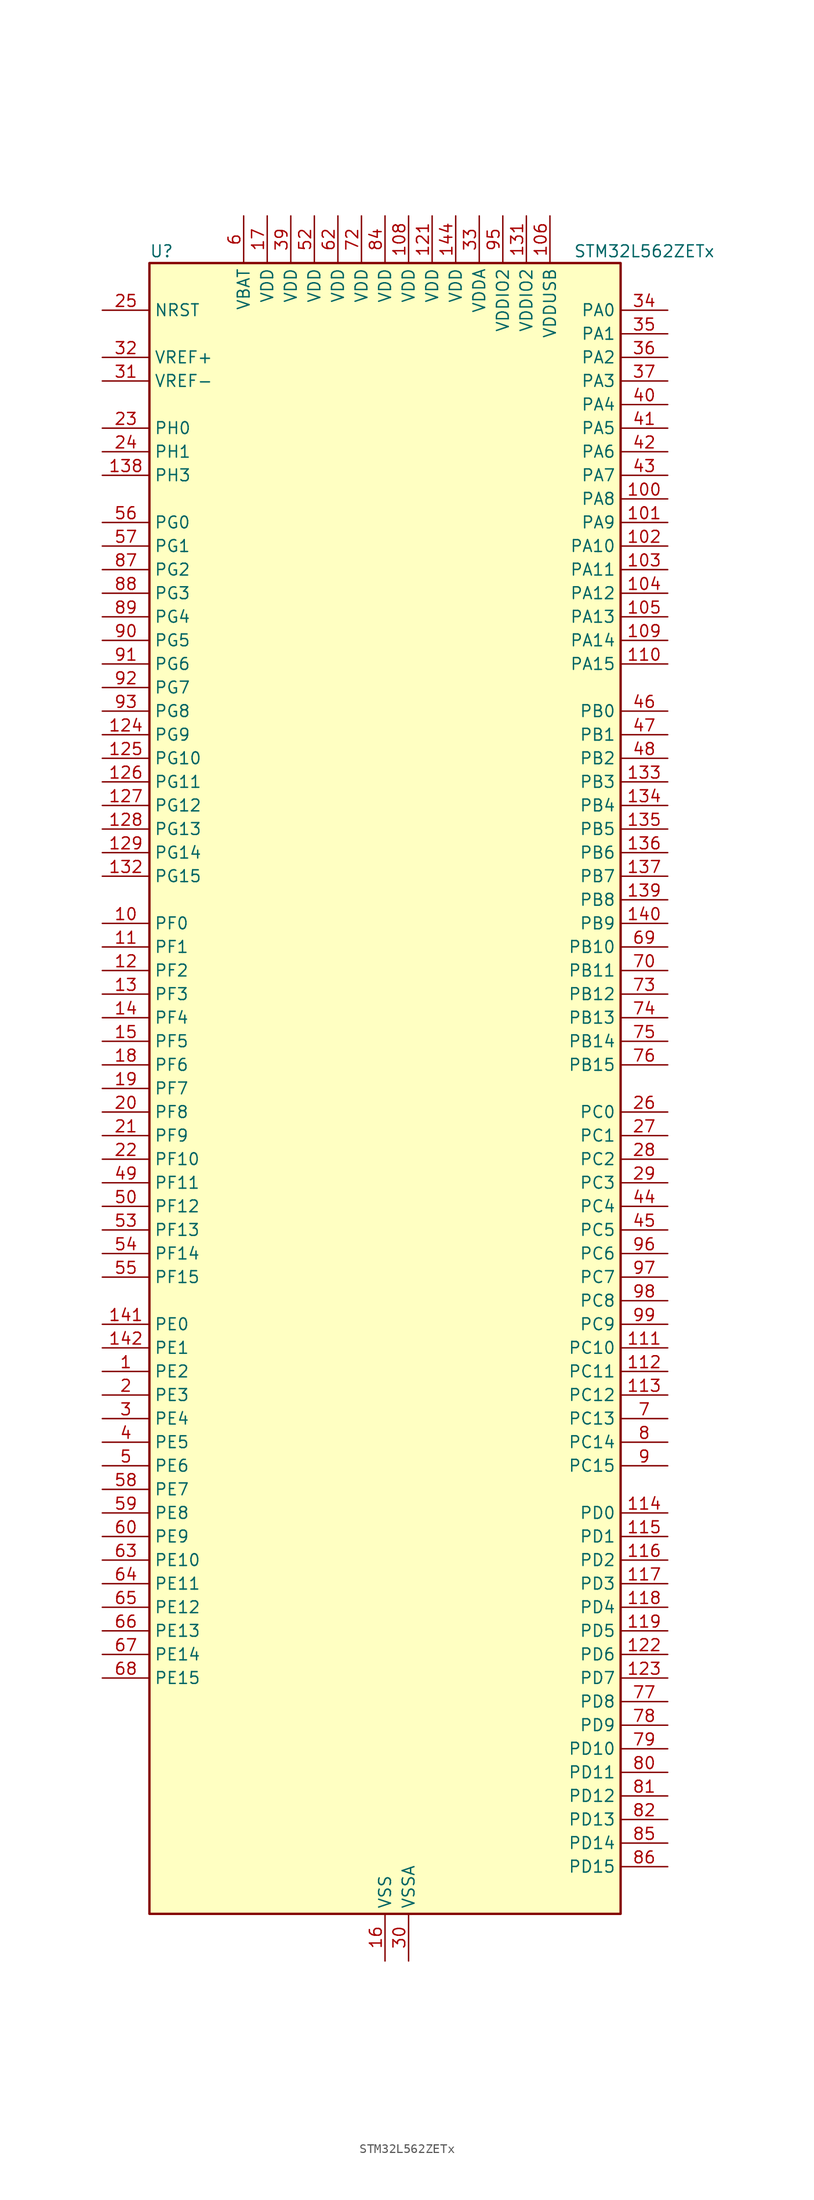
<source format=kicad_sym>
(kicad_symbol_lib
  (version 20241209)
  (generator "kicad_symbol_editor")
  (generator_version "9.0")
  (symbol "STM32L562ZETx"
    (property "Reference" "U"
      (at -25.4 90.17 0)
      (effects (font (size 1.27 1.27)) (justify left)))
    (property "Value" "STM32L562ZETx"
      (at 20.32 90.17 0)
      (effects (font (size 1.27 1.27)) (justify left)))
    (symbol "STM32L562ZETx_0_1"
      (rectangle (start -25.4 -88.9) (end 25.4 88.9) (stroke (width 0.254) (type default)) (fill (type background))))
    (symbol "STM32L562ZETx_1_1"
      (pin input line (at -30.48 83.82 0) (length 5.08) (name "NRST" (effects (font (size 1.27 1.27)))) (number "25" (effects (font (size 1.27 1.27)))))
      (pin input line (at -30.48 78.74 0) (length 5.08) (name "VREF+" (effects (font (size 1.27 1.27)))) (number "32" (effects (font (size 1.27 1.27)))) (alternate "VREFBUF_OUT" bidirectional line))
      (pin input line (at -30.48 76.2 0) (length 5.08) (name "VREF-" (effects (font (size 1.27 1.27)))) (number "31" (effects (font (size 1.27 1.27)))))
      (pin bidirectional line (at -30.48 71.12 0) (length 5.08) (name "PH0" (effects (font (size 1.27 1.27)))) (number "23" (effects (font (size 1.27 1.27)))) (alternate "RCC_OSC_IN" bidirectional line))
      (pin bidirectional line (at -30.48 68.58 0) (length 5.08) (name "PH1" (effects (font (size 1.27 1.27)))) (number "24" (effects (font (size 1.27 1.27)))) (alternate "RCC_OSC_OUT" bidirectional line))
      (pin bidirectional line (at -30.48 66.04 0) (length 5.08) (name "PH3" (effects (font (size 1.27 1.27)))) (number "138" (effects (font (size 1.27 1.27)))))
      (pin bidirectional line (at -30.48 60.96 0) (length 5.08) (name "PG0" (effects (font (size 1.27 1.27)))) (number "56" (effects (font (size 1.27 1.27)))) (alternate "FMC_A10" bidirectional line) (alternate "TSC_G8_IO3" bidirectional line))
      (pin bidirectional line (at -30.48 58.42 0) (length 5.08) (name "PG1" (effects (font (size 1.27 1.27)))) (number "57" (effects (font (size 1.27 1.27)))) (alternate "FMC_A11" bidirectional line) (alternate "TSC_G8_IO4" bidirectional line))
      (pin bidirectional line (at -30.48 55.88 0) (length 5.08) (name "PG2" (effects (font (size 1.27 1.27)))) (number "87" (effects (font (size 1.27 1.27)))) (alternate "FMC_A12" bidirectional line) (alternate "SAI2_SCK_B" bidirectional line) (alternate "SPI1_SCK" bidirectional line))
      (pin bidirectional line (at -30.48 53.34 0) (length 5.08) (name "PG3" (effects (font (size 1.27 1.27)))) (number "88" (effects (font (size 1.27 1.27)))) (alternate "FMC_A13" bidirectional line) (alternate "SAI2_FS_B" bidirectional line) (alternate "SPI1_MISO" bidirectional line))
      (pin bidirectional line (at -30.48 50.8 0) (length 5.08) (name "PG4" (effects (font (size 1.27 1.27)))) (number "89" (effects (font (size 1.27 1.27)))) (alternate "FMC_A14" bidirectional line) (alternate "SAI2_MCLK_B" bidirectional line) (alternate "SPI1_MOSI" bidirectional line))
      (pin bidirectional line (at -30.48 48.26 0) (length 5.08) (name "PG5" (effects (font (size 1.27 1.27)))) (number "90" (effects (font (size 1.27 1.27)))) (alternate "FMC_A15" bidirectional line) (alternate "LPUART1_CTS" bidirectional line) (alternate "SAI2_SD_B" bidirectional line) (alternate "SPI1_NSS" bidirectional line))
      (pin bidirectional line (at -30.48 45.72 0) (length 5.08) (name "PG6" (effects (font (size 1.27 1.27)))) (number "91" (effects (font (size 1.27 1.27)))) (alternate "I2C3_SMBA" bidirectional line) (alternate "LPUART1_DE" bidirectional line) (alternate "LPUART1_RTS" bidirectional line) (alternate "OCTOSPI1_DQS" bidirectional line) (alternate "UCPD1_FRSTX1" bidirectional line))
      (pin bidirectional line (at -30.48 43.18 0) (length 5.08) (name "PG7" (effects (font (size 1.27 1.27)))) (number "92" (effects (font (size 1.27 1.27)))) (alternate "DFSDM1_CKOUT" bidirectional line) (alternate "FMC_INT" bidirectional line) (alternate "I2C3_SCL" bidirectional line) (alternate "LPUART1_TX" bidirectional line) (alternate "SAI1_CK1" bidirectional line) (alternate "SAI1_MCLK_A" bidirectional line) (alternate "UCPD1_FRSTX2" bidirectional line))
      (pin bidirectional line (at -30.48 40.64 0) (length 5.08) (name "PG8" (effects (font (size 1.27 1.27)))) (number "93" (effects (font (size 1.27 1.27)))) (alternate "I2C3_SDA" bidirectional line) (alternate "LPUART1_RX" bidirectional line))
      (pin bidirectional line (at -30.48 38.1 0) (length 5.08) (name "PG9" (effects (font (size 1.27 1.27)))) (number "124" (effects (font (size 1.27 1.27)))) (alternate "DAC1_EXTI9" bidirectional line) (alternate "FMC_NCE" bidirectional line) (alternate "FMC_NE2" bidirectional line) (alternate "SAI2_SCK_A" bidirectional line) (alternate "SPI3_SCK" bidirectional line) (alternate "TIM15_CH1N" bidirectional line) (alternate "USART1_TX" bidirectional line))
      (pin bidirectional line (at -30.48 35.56 0) (length 5.08) (name "PG10" (effects (font (size 1.27 1.27)))) (number "125" (effects (font (size 1.27 1.27)))) (alternate "FMC_NE3" bidirectional line) (alternate "LPTIM1_IN1" bidirectional line) (alternate "SAI2_FS_A" bidirectional line) (alternate "SPI3_MISO" bidirectional line) (alternate "TIM15_CH1" bidirectional line) (alternate "USART1_RX" bidirectional line))
      (pin bidirectional line (at -30.48 33.02 0) (length 5.08) (name "PG11" (effects (font (size 1.27 1.27)))) (number "126" (effects (font (size 1.27 1.27)))) (alternate "ADC1_EXTI11" bidirectional line) (alternate "ADC2_EXTI11" bidirectional line) (alternate "LPTIM1_IN2" bidirectional line) (alternate "OCTOSPI1_IO5" bidirectional line) (alternate "SAI2_MCLK_A" bidirectional line) (alternate "SPI3_MOSI" bidirectional line) (alternate "TIM15_CH2" bidirectional line) (alternate "USART1_CTS" bidirectional line) (alternate "USART1_NSS" bidirectional line))
      (pin bidirectional line (at -30.48 30.48 0) (length 5.08) (name "PG12" (effects (font (size 1.27 1.27)))) (number "127" (effects (font (size 1.27 1.27)))) (alternate "FMC_NE4" bidirectional line) (alternate "LPTIM1_ETR" bidirectional line) (alternate "SAI2_SD_A" bidirectional line) (alternate "SPI3_NSS" bidirectional line) (alternate "USART1_DE" bidirectional line) (alternate "USART1_RTS" bidirectional line))
      (pin bidirectional line (at -30.48 27.94 0) (length 5.08) (name "PG13" (effects (font (size 1.27 1.27)))) (number "128" (effects (font (size 1.27 1.27)))) (alternate "FMC_A24" bidirectional line) (alternate "I2C1_SDA" bidirectional line) (alternate "USART1_CK" bidirectional line))
      (pin bidirectional line (at -30.48 25.4 0) (length 5.08) (name "PG14" (effects (font (size 1.27 1.27)))) (number "129" (effects (font (size 1.27 1.27)))) (alternate "FMC_A25" bidirectional line) (alternate "I2C1_SCL" bidirectional line))
      (pin bidirectional line (at -30.48 22.86 0) (length 5.08) (name "PG15" (effects (font (size 1.27 1.27)))) (number "132" (effects (font (size 1.27 1.27)))) (alternate "ADC1_EXTI15" bidirectional line) (alternate "ADC2_EXTI15" bidirectional line) (alternate "I2C1_SMBA" bidirectional line) (alternate "LPTIM1_OUT" bidirectional line))
      (pin bidirectional line (at -30.48 17.78 0) (length 5.08) (name "PF0" (effects (font (size 1.27 1.27)))) (number "10" (effects (font (size 1.27 1.27)))) (alternate "FMC_A0" bidirectional line) (alternate "I2C2_SDA" bidirectional line))
      (pin bidirectional line (at -30.48 15.24 0) (length 5.08) (name "PF1" (effects (font (size 1.27 1.27)))) (number "11" (effects (font (size 1.27 1.27)))) (alternate "FMC_A1" bidirectional line) (alternate "I2C2_SCL" bidirectional line))
      (pin bidirectional line (at -30.48 12.7 0) (length 5.08) (name "PF2" (effects (font (size 1.27 1.27)))) (number "12" (effects (font (size 1.27 1.27)))) (alternate "FMC_A2" bidirectional line) (alternate "I2C2_SMBA" bidirectional line))
      (pin bidirectional line (at -30.48 10.16 0) (length 5.08) (name "PF3" (effects (font (size 1.27 1.27)))) (number "13" (effects (font (size 1.27 1.27)))) (alternate "FMC_A3" bidirectional line) (alternate "LPTIM3_IN1" bidirectional line))
      (pin bidirectional line (at -30.48 7.62 0) (length 5.08) (name "PF4" (effects (font (size 1.27 1.27)))) (number "14" (effects (font (size 1.27 1.27)))) (alternate "FMC_A4" bidirectional line) (alternate "LPTIM3_ETR" bidirectional line))
      (pin bidirectional line (at -30.48 5.08 0) (length 5.08) (name "PF5" (effects (font (size 1.27 1.27)))) (number "15" (effects (font (size 1.27 1.27)))) (alternate "FMC_A5" bidirectional line) (alternate "LPTIM3_OUT" bidirectional line))
      (pin bidirectional line (at -30.48 2.54 0) (length 5.08) (name "PF6" (effects (font (size 1.27 1.27)))) (number "18" (effects (font (size 1.27 1.27)))) (alternate "OCTOSPI1_IO3" bidirectional line) (alternate "SAI1_SD_B" bidirectional line) (alternate "TIM5_CH1" bidirectional line) (alternate "TIM5_ETR" bidirectional line))
      (pin bidirectional line (at -30.48 0 0) (length 5.08) (name "PF7" (effects (font (size 1.27 1.27)))) (number "19" (effects (font (size 1.27 1.27)))) (alternate "OCTOSPI1_IO2" bidirectional line) (alternate "SAI1_MCLK_B" bidirectional line) (alternate "TAMP_IN6" bidirectional line) (alternate "TAMP_OUT3" bidirectional line) (alternate "TIM5_CH2" bidirectional line))
      (pin bidirectional line (at -30.48 -2.54 0) (length 5.08) (name "PF8" (effects (font (size 1.27 1.27)))) (number "20" (effects (font (size 1.27 1.27)))) (alternate "OCTOSPI1_IO0" bidirectional line) (alternate "SAI1_SCK_B" bidirectional line) (alternate "TAMP_IN7" bidirectional line) (alternate "TAMP_OUT8" bidirectional line) (alternate "TIM5_CH3" bidirectional line))
      (pin bidirectional line (at -30.48 -5.08 0) (length 5.08) (name "PF9" (effects (font (size 1.27 1.27)))) (number "21" (effects (font (size 1.27 1.27)))) (alternate "DAC1_EXTI9" bidirectional line) (alternate "OCTOSPI1_IO1" bidirectional line) (alternate "SAI1_FS_B" bidirectional line) (alternate "TAMP_IN8" bidirectional line) (alternate "TAMP_OUT7" bidirectional line) (alternate "TIM15_CH1" bidirectional line) (alternate "TIM5_CH4" bidirectional line))
      (pin bidirectional line (at -30.48 -7.62 0) (length 5.08) (name "PF10" (effects (font (size 1.27 1.27)))) (number "22" (effects (font (size 1.27 1.27)))) (alternate "DFSDM1_CKOUT" bidirectional line) (alternate "OCTOSPI1_CLK" bidirectional line) (alternate "SAI1_D3" bidirectional line) (alternate "TIM15_CH2" bidirectional line))
      (pin bidirectional line (at -30.48 -10.16 0) (length 5.08) (name "PF11" (effects (font (size 1.27 1.27)))) (number "49" (effects (font (size 1.27 1.27)))) (alternate "ADC1_EXTI11" bidirectional line) (alternate "ADC2_EXTI11" bidirectional line) (alternate "OCTOSPI1_NCLK" bidirectional line))
      (pin bidirectional line (at -30.48 -12.7 0) (length 5.08) (name "PF12" (effects (font (size 1.27 1.27)))) (number "50" (effects (font (size 1.27 1.27)))) (alternate "FMC_A6" bidirectional line))
      (pin bidirectional line (at -30.48 -15.24 0) (length 5.08) (name "PF13" (effects (font (size 1.27 1.27)))) (number "53" (effects (font (size 1.27 1.27)))) (alternate "FMC_A7" bidirectional line) (alternate "I2C4_SMBA" bidirectional line))
      (pin bidirectional line (at -30.48 -17.78 0) (length 5.08) (name "PF14" (effects (font (size 1.27 1.27)))) (number "54" (effects (font (size 1.27 1.27)))) (alternate "FMC_A8" bidirectional line) (alternate "I2C4_SCL" bidirectional line) (alternate "TSC_G8_IO1" bidirectional line))
      (pin bidirectional line (at -30.48 -20.32 0) (length 5.08) (name "PF15" (effects (font (size 1.27 1.27)))) (number "55" (effects (font (size 1.27 1.27)))) (alternate "ADC1_EXTI15" bidirectional line) (alternate "ADC2_EXTI15" bidirectional line) (alternate "FMC_A9" bidirectional line) (alternate "I2C4_SDA" bidirectional line) (alternate "TSC_G8_IO2" bidirectional line))
      (pin bidirectional line (at -30.48 -25.4 0) (length 5.08) (name "PE0" (effects (font (size 1.27 1.27)))) (number "141" (effects (font (size 1.27 1.27)))) (alternate "FMC_NBL0" bidirectional line) (alternate "TIM16_CH1" bidirectional line) (alternate "TIM4_ETR" bidirectional line))
      (pin bidirectional line (at -30.48 -27.94 0) (length 5.08) (name "PE1" (effects (font (size 1.27 1.27)))) (number "142" (effects (font (size 1.27 1.27)))) (alternate "FMC_NBL1" bidirectional line) (alternate "TIM17_CH1" bidirectional line))
      (pin bidirectional line (at -30.48 -30.48 0) (length 5.08) (name "PE2" (effects (font (size 1.27 1.27)))) (number "1" (effects (font (size 1.27 1.27)))) (alternate "DEBUG_TRACECLK" bidirectional line) (alternate "FMC_A23" bidirectional line) (alternate "SAI1_CK1" bidirectional line) (alternate "SAI1_MCLK_A" bidirectional line) (alternate "TIM3_ETR" bidirectional line) (alternate "TSC_G7_IO1" bidirectional line))
      (pin bidirectional line (at -30.48 -33.02 0) (length 5.08) (name "PE3" (effects (font (size 1.27 1.27)))) (number "2" (effects (font (size 1.27 1.27)))) (alternate "DEBUG_TRACED0" bidirectional line) (alternate "FMC_A19" bidirectional line) (alternate "OCTOSPI1_DQS" bidirectional line) (alternate "SAI1_SD_B" bidirectional line) (alternate "TIM3_CH1" bidirectional line) (alternate "TSC_G7_IO2" bidirectional line))
      (pin bidirectional line (at -30.48 -35.56 0) (length 5.08) (name "PE4" (effects (font (size 1.27 1.27)))) (number "3" (effects (font (size 1.27 1.27)))) (alternate "DEBUG_TRACED1" bidirectional line) (alternate "DFSDM1_DATIN3" bidirectional line) (alternate "FMC_A20" bidirectional line) (alternate "SAI1_D2" bidirectional line) (alternate "SAI1_FS_A" bidirectional line) (alternate "TIM3_CH2" bidirectional line) (alternate "TSC_G7_IO3" bidirectional line))
      (pin bidirectional line (at -30.48 -38.1 0) (length 5.08) (name "PE5" (effects (font (size 1.27 1.27)))) (number "4" (effects (font (size 1.27 1.27)))) (alternate "DEBUG_TRACED2" bidirectional line) (alternate "DFSDM1_CKIN3" bidirectional line) (alternate "FMC_A21" bidirectional line) (alternate "SAI1_CK2" bidirectional line) (alternate "SAI1_SCK_A" bidirectional line) (alternate "TIM3_CH3" bidirectional line) (alternate "TSC_G7_IO4" bidirectional line))
      (pin bidirectional line (at -30.48 -40.64 0) (length 5.08) (name "PE6" (effects (font (size 1.27 1.27)))) (number "5" (effects (font (size 1.27 1.27)))) (alternate "DEBUG_TRACED3" bidirectional line) (alternate "FMC_A22" bidirectional line) (alternate "PWR_WKUP3" bidirectional line) (alternate "SAI1_D1" bidirectional line) (alternate "SAI1_SD_A" bidirectional line) (alternate "TAMP_IN3" bidirectional line) (alternate "TAMP_OUT6" bidirectional line) (alternate "TIM3_CH4" bidirectional line))
      (pin bidirectional line (at -30.48 -43.18 0) (length 5.08) (name "PE7" (effects (font (size 1.27 1.27)))) (number "58" (effects (font (size 1.27 1.27)))) (alternate "DFSDM1_DATIN2" bidirectional line) (alternate "FMC_D4" bidirectional line) (alternate "FMC_DA4" bidirectional line) (alternate "SAI1_SD_B" bidirectional line) (alternate "TIM1_ETR" bidirectional line))
      (pin bidirectional line (at -30.48 -45.72 0) (length 5.08) (name "PE8" (effects (font (size 1.27 1.27)))) (number "59" (effects (font (size 1.27 1.27)))) (alternate "DFSDM1_CKIN2" bidirectional line) (alternate "FMC_D5" bidirectional line) (alternate "FMC_DA5" bidirectional line) (alternate "SAI1_SCK_B" bidirectional line) (alternate "TIM1_CH1N" bidirectional line))
      (pin bidirectional line (at -30.48 -48.26 0) (length 5.08) (name "PE9" (effects (font (size 1.27 1.27)))) (number "60" (effects (font (size 1.27 1.27)))) (alternate "DAC1_EXTI9" bidirectional line) (alternate "DFSDM1_CKOUT" bidirectional line) (alternate "FMC_D6" bidirectional line) (alternate "FMC_DA6" bidirectional line) (alternate "OCTOSPI1_NCLK" bidirectional line) (alternate "SAI1_FS_B" bidirectional line) (alternate "TIM1_CH1" bidirectional line))
      (pin bidirectional line (at -30.48 -50.8 0) (length 5.08) (name "PE10" (effects (font (size 1.27 1.27)))) (number "63" (effects (font (size 1.27 1.27)))) (alternate "FMC_D7" bidirectional line) (alternate "FMC_DA7" bidirectional line) (alternate "OCTOSPI1_CLK" bidirectional line) (alternate "SAI1_MCLK_B" bidirectional line) (alternate "TIM1_CH2N" bidirectional line) (alternate "TSC_G5_IO1" bidirectional line))
      (pin bidirectional line (at -30.48 -53.34 0) (length 5.08) (name "PE11" (effects (font (size 1.27 1.27)))) (number "64" (effects (font (size 1.27 1.27)))) (alternate "ADC1_EXTI11" bidirectional line) (alternate "ADC2_EXTI11" bidirectional line) (alternate "FMC_D8" bidirectional line) (alternate "FMC_DA8" bidirectional line) (alternate "OCTOSPI1_NCS" bidirectional line) (alternate "TIM1_CH2" bidirectional line) (alternate "TSC_G5_IO2" bidirectional line))
      (pin bidirectional line (at -30.48 -55.88 0) (length 5.08) (name "PE12" (effects (font (size 1.27 1.27)))) (number "65" (effects (font (size 1.27 1.27)))) (alternate "FMC_D9" bidirectional line) (alternate "FMC_DA9" bidirectional line) (alternate "OCTOSPI1_IO0" bidirectional line) (alternate "SPI1_NSS" bidirectional line) (alternate "TIM1_CH3N" bidirectional line) (alternate "TSC_G5_IO3" bidirectional line))
      (pin bidirectional line (at -30.48 -58.42 0) (length 5.08) (name "PE13" (effects (font (size 1.27 1.27)))) (number "66" (effects (font (size 1.27 1.27)))) (alternate "FMC_D10" bidirectional line) (alternate "FMC_DA10" bidirectional line) (alternate "OCTOSPI1_IO1" bidirectional line) (alternate "SPI1_SCK" bidirectional line) (alternate "TIM1_CH3" bidirectional line) (alternate "TSC_G5_IO4" bidirectional line))
      (pin bidirectional line (at -30.48 -60.96 0) (length 5.08) (name "PE14" (effects (font (size 1.27 1.27)))) (number "67" (effects (font (size 1.27 1.27)))) (alternate "FMC_D11" bidirectional line) (alternate "FMC_DA11" bidirectional line) (alternate "OCTOSPI1_IO2" bidirectional line) (alternate "SPI1_MISO" bidirectional line) (alternate "TIM1_BKIN2" bidirectional line) (alternate "TIM1_CH4" bidirectional line))
      (pin bidirectional line (at -30.48 -63.5 0) (length 5.08) (name "PE15" (effects (font (size 1.27 1.27)))) (number "68" (effects (font (size 1.27 1.27)))) (alternate "ADC1_EXTI15" bidirectional line) (alternate "ADC2_EXTI15" bidirectional line) (alternate "FMC_D12" bidirectional line) (alternate "FMC_DA12" bidirectional line) (alternate "OCTOSPI1_IO3" bidirectional line) (alternate "SPI1_MOSI" bidirectional line) (alternate "TIM1_BKIN" bidirectional line))
      (pin power_in line (at -15.24 93.98 270) (length 5.08) (name "VBAT" (effects (font (size 1.27 1.27)))) (number "6" (effects (font (size 1.27 1.27)))))
      (pin power_in line (at -12.7 93.98 270) (length 5.08) (name "VDD" (effects (font (size 1.27 1.27)))) (number "17" (effects (font (size 1.27 1.27)))))
      (pin power_in line (at -10.16 93.98 270) (length 5.08) (name "VDD" (effects (font (size 1.27 1.27)))) (number "39" (effects (font (size 1.27 1.27)))))
      (pin power_in line (at -7.62 93.98 270) (length 5.08) (name "VDD" (effects (font (size 1.27 1.27)))) (number "52" (effects (font (size 1.27 1.27)))))
      (pin power_in line (at -5.08 93.98 270) (length 5.08) (name "VDD" (effects (font (size 1.27 1.27)))) (number "62" (effects (font (size 1.27 1.27)))))
      (pin power_in line (at -2.54 93.98 270) (length 5.08) (name "VDD" (effects (font (size 1.27 1.27)))) (number "72" (effects (font (size 1.27 1.27)))))
      (pin power_in line (at 0 93.98 270) (length 5.08) (name "VDD" (effects (font (size 1.27 1.27)))) (number "84" (effects (font (size 1.27 1.27)))))
      (pin passive line (at 0 -93.98 90) (length 5.08) (hide yes) (name "VSS" (effects (font (size 1.27 1.27)))) (number "107" (effects (font (size 1.27 1.27)))))
      (pin passive line (at 0 -93.98 90) (length 5.08) (hide yes) (name "VSS" (effects (font (size 1.27 1.27)))) (number "120" (effects (font (size 1.27 1.27)))))
      (pin passive line (at 0 -93.98 90) (length 5.08) (hide yes) (name "VSS" (effects (font (size 1.27 1.27)))) (number "130" (effects (font (size 1.27 1.27)))))
      (pin passive line (at 0 -93.98 90) (length 5.08) (hide yes) (name "VSS" (effects (font (size 1.27 1.27)))) (number "143" (effects (font (size 1.27 1.27)))))
      (pin power_in line (at 0 -93.98 90) (length 5.08) (name "VSS" (effects (font (size 1.27 1.27)))) (number "16" (effects (font (size 1.27 1.27)))))
      (pin passive line (at 0 -93.98 90) (length 5.08) (hide yes) (name "VSS" (effects (font (size 1.27 1.27)))) (number "38" (effects (font (size 1.27 1.27)))))
      (pin passive line (at 0 -93.98 90) (length 5.08) (hide yes) (name "VSS" (effects (font (size 1.27 1.27)))) (number "51" (effects (font (size 1.27 1.27)))))
      (pin passive line (at 0 -93.98 90) (length 5.08) (hide yes) (name "VSS" (effects (font (size 1.27 1.27)))) (number "61" (effects (font (size 1.27 1.27)))))
      (pin passive line (at 0 -93.98 90) (length 5.08) (hide yes) (name "VSS" (effects (font (size 1.27 1.27)))) (number "71" (effects (font (size 1.27 1.27)))))
      (pin passive line (at 0 -93.98 90) (length 5.08) (hide yes) (name "VSS" (effects (font (size 1.27 1.27)))) (number "83" (effects (font (size 1.27 1.27)))))
      (pin passive line (at 0 -93.98 90) (length 5.08) (hide yes) (name "VSS" (effects (font (size 1.27 1.27)))) (number "94" (effects (font (size 1.27 1.27)))))
      (pin power_in line (at 2.54 93.98 270) (length 5.08) (name "VDD" (effects (font (size 1.27 1.27)))) (number "108" (effects (font (size 1.27 1.27)))))
      (pin power_in line (at 2.54 -93.98 90) (length 5.08) (name "VSSA" (effects (font (size 1.27 1.27)))) (number "30" (effects (font (size 1.27 1.27)))))
      (pin power_in line (at 5.08 93.98 270) (length 5.08) (name "VDD" (effects (font (size 1.27 1.27)))) (number "121" (effects (font (size 1.27 1.27)))))
      (pin power_in line (at 7.62 93.98 270) (length 5.08) (name "VDD" (effects (font (size 1.27 1.27)))) (number "144" (effects (font (size 1.27 1.27)))))
      (pin power_in line (at 10.16 93.98 270) (length 5.08) (name "VDDA" (effects (font (size 1.27 1.27)))) (number "33" (effects (font (size 1.27 1.27)))))
      (pin power_in line (at 12.7 93.98 270) (length 5.08) (name "VDDIO2" (effects (font (size 1.27 1.27)))) (number "95" (effects (font (size 1.27 1.27)))))
      (pin power_in line (at 15.24 93.98 270) (length 5.08) (name "VDDIO2" (effects (font (size 1.27 1.27)))) (number "131" (effects (font (size 1.27 1.27)))))
      (pin power_in line (at 17.78 93.98 270) (length 5.08) (name "VDDUSB" (effects (font (size 1.27 1.27)))) (number "106" (effects (font (size 1.27 1.27)))))
      (pin bidirectional line (at 30.48 83.82 180) (length 5.08) (name "PA0" (effects (font (size 1.27 1.27)))) (number "34" (effects (font (size 1.27 1.27)))) (alternate "ADC1_IN5" bidirectional line) (alternate "ADC2_IN5" bidirectional line) (alternate "OPAMP1_VINP" bidirectional line) (alternate "PWR_WKUP1" bidirectional line) (alternate "SAI1_EXTCLK" bidirectional line) (alternate "TAMP_IN2" bidirectional line) (alternate "TAMP_OUT1" bidirectional line) (alternate "TIM2_CH1" bidirectional line) (alternate "TIM2_ETR" bidirectional line) (alternate "TIM5_CH1" bidirectional line) (alternate "TIM8_ETR" bidirectional line) (alternate "UART4_TX" bidirectional line) (alternate "USART2_CTS" bidirectional line) (alternate "USART2_NSS" bidirectional line))
      (pin bidirectional line (at 30.48 81.28 180) (length 5.08) (name "PA1" (effects (font (size 1.27 1.27)))) (number "35" (effects (font (size 1.27 1.27)))) (alternate "ADC1_IN6" bidirectional line) (alternate "ADC2_IN6" bidirectional line) (alternate "I2C1_SMBA" bidirectional line) (alternate "OCTOSPI1_DQS" bidirectional line) (alternate "OPAMP1_VINM" bidirectional line) (alternate "SPI1_SCK" bidirectional line) (alternate "TAMP_IN5" bidirectional line) (alternate "TAMP_OUT4" bidirectional line) (alternate "TIM15_CH1N" bidirectional line) (alternate "TIM2_CH2" bidirectional line) (alternate "TIM5_CH2" bidirectional line) (alternate "UART4_RX" bidirectional line) (alternate "USART2_DE" bidirectional line) (alternate "USART2_RTS" bidirectional line))
      (pin bidirectional line (at 30.48 78.74 180) (length 5.08) (name "PA2" (effects (font (size 1.27 1.27)))) (number "36" (effects (font (size 1.27 1.27)))) (alternate "ADC1_IN7" bidirectional line) (alternate "ADC2_IN7" bidirectional line) (alternate "COMP1_INP" bidirectional line) (alternate "LPUART1_TX" bidirectional line) (alternate "OCTOSPI1_NCS" bidirectional line) (alternate "PWR_WKUP4" bidirectional line) (alternate "RCC_LSCO" bidirectional line) (alternate "SAI2_EXTCLK" bidirectional line) (alternate "TIM15_CH1" bidirectional line) (alternate "TIM2_CH3" bidirectional line) (alternate "TIM5_CH3" bidirectional line) (alternate "UCPD1_FRSTX1" bidirectional line) (alternate "USART2_TX" bidirectional line))
      (pin bidirectional line (at 30.48 76.2 180) (length 5.08) (name "PA3" (effects (font (size 1.27 1.27)))) (number "37" (effects (font (size 1.27 1.27)))) (alternate "ADC1_IN8" bidirectional line) (alternate "ADC2_IN8" bidirectional line) (alternate "LPUART1_RX" bidirectional line) (alternate "OCTOSPI1_CLK" bidirectional line) (alternate "OPAMP1_VOUT" bidirectional line) (alternate "SAI1_CK1" bidirectional line) (alternate "SAI1_MCLK_A" bidirectional line) (alternate "TIM15_CH2" bidirectional line) (alternate "TIM2_CH4" bidirectional line) (alternate "TIM5_CH4" bidirectional line) (alternate "USART2_RX" bidirectional line))
      (pin bidirectional line (at 30.48 73.66 180) (length 5.08) (name "PA4" (effects (font (size 1.27 1.27)))) (number "40" (effects (font (size 1.27 1.27)))) (alternate "ADC1_IN9" bidirectional line) (alternate "ADC2_IN9" bidirectional line) (alternate "DAC1_OUT1" bidirectional line) (alternate "LPTIM2_OUT" bidirectional line) (alternate "OCTOSPI1_NCS" bidirectional line) (alternate "SAI1_FS_B" bidirectional line) (alternate "SPI1_NSS" bidirectional line) (alternate "SPI3_NSS" bidirectional line) (alternate "USART2_CK" bidirectional line))
      (pin bidirectional line (at 30.48 71.12 180) (length 5.08) (name "PA5" (effects (font (size 1.27 1.27)))) (number "41" (effects (font (size 1.27 1.27)))) (alternate "ADC1_IN10" bidirectional line) (alternate "ADC2_IN10" bidirectional line) (alternate "DAC1_OUT2" bidirectional line) (alternate "LPTIM2_ETR" bidirectional line) (alternate "SPI1_SCK" bidirectional line) (alternate "TIM2_CH1" bidirectional line) (alternate "TIM2_ETR" bidirectional line) (alternate "TIM8_CH1N" bidirectional line))
      (pin bidirectional line (at 30.48 68.58 180) (length 5.08) (name "PA6" (effects (font (size 1.27 1.27)))) (number "42" (effects (font (size 1.27 1.27)))) (alternate "ADC1_IN11" bidirectional line) (alternate "ADC2_IN11" bidirectional line) (alternate "LPUART1_CTS" bidirectional line) (alternate "OCTOSPI1_IO3" bidirectional line) (alternate "OPAMP2_VINP" bidirectional line) (alternate "SPI1_MISO" bidirectional line) (alternate "TIM16_CH1" bidirectional line) (alternate "TIM1_BKIN" bidirectional line) (alternate "TIM3_CH1" bidirectional line) (alternate "TIM8_BKIN" bidirectional line) (alternate "USART3_CTS" bidirectional line) (alternate "USART3_NSS" bidirectional line))
      (pin bidirectional line (at 30.48 66.04 180) (length 5.08) (name "PA7" (effects (font (size 1.27 1.27)))) (number "43" (effects (font (size 1.27 1.27)))) (alternate "ADC1_IN12" bidirectional line) (alternate "ADC2_IN12" bidirectional line) (alternate "I2C3_SCL" bidirectional line) (alternate "OCTOSPI1_IO2" bidirectional line) (alternate "OPAMP2_VINM" bidirectional line) (alternate "SPI1_MOSI" bidirectional line) (alternate "TIM17_CH1" bidirectional line) (alternate "TIM1_CH1N" bidirectional line) (alternate "TIM3_CH2" bidirectional line) (alternate "TIM8_CH1N" bidirectional line))
      (pin bidirectional line (at 30.48 63.5 180) (length 5.08) (name "PA8" (effects (font (size 1.27 1.27)))) (number "100" (effects (font (size 1.27 1.27)))) (alternate "LPTIM2_OUT" bidirectional line) (alternate "RCC_MCO" bidirectional line) (alternate "SAI1_CK2" bidirectional line) (alternate "SAI1_SCK_A" bidirectional line) (alternate "TIM1_CH1" bidirectional line) (alternate "USART1_CK" bidirectional line))
      (pin bidirectional line (at 30.48 60.96 180) (length 5.08) (name "PA9" (effects (font (size 1.27 1.27)))) (number "101" (effects (font (size 1.27 1.27)))) (alternate "DAC1_EXTI9" bidirectional line) (alternate "SAI1_FS_A" bidirectional line) (alternate "SPI2_SCK" bidirectional line) (alternate "TIM15_BKIN" bidirectional line) (alternate "TIM1_CH2" bidirectional line) (alternate "USART1_TX" bidirectional line))
      (pin bidirectional line (at 30.48 58.42 180) (length 5.08) (name "PA10" (effects (font (size 1.27 1.27)))) (number "102" (effects (font (size 1.27 1.27)))) (alternate "CRS_SYNC" bidirectional line) (alternate "SAI1_D1" bidirectional line) (alternate "SAI1_SD_A" bidirectional line) (alternate "TIM17_BKIN" bidirectional line) (alternate "TIM1_CH3" bidirectional line) (alternate "USART1_RX" bidirectional line))
      (pin bidirectional line (at 30.48 55.88 180) (length 5.08) (name "PA11" (effects (font (size 1.27 1.27)))) (number "103" (effects (font (size 1.27 1.27)))) (alternate "ADC1_EXTI11" bidirectional line) (alternate "ADC2_EXTI11" bidirectional line) (alternate "FDCAN1_RX" bidirectional line) (alternate "SPI1_MISO" bidirectional line) (alternate "TIM1_BKIN2" bidirectional line) (alternate "TIM1_CH4" bidirectional line) (alternate "USART1_CTS" bidirectional line) (alternate "USART1_NSS" bidirectional line) (alternate "USB_DM" bidirectional line))
      (pin bidirectional line (at 30.48 53.34 180) (length 5.08) (name "PA12" (effects (font (size 1.27 1.27)))) (number "104" (effects (font (size 1.27 1.27)))) (alternate "FDCAN1_TX" bidirectional line) (alternate "SPI1_MOSI" bidirectional line) (alternate "TIM1_ETR" bidirectional line) (alternate "USART1_DE" bidirectional line) (alternate "USART1_RTS" bidirectional line) (alternate "USB_DP" bidirectional line))
      (pin bidirectional line (at 30.48 50.8 180) (length 5.08) (name "PA13" (effects (font (size 1.27 1.27)))) (number "105" (effects (font (size 1.27 1.27)))) (alternate "DEBUG_JTMS-SWDIO" bidirectional line) (alternate "IR_OUT" bidirectional line) (alternate "SAI1_SD_B" bidirectional line) (alternate "USB_NOE" bidirectional line))
      (pin bidirectional line (at 30.48 48.26 180) (length 5.08) (name "PA14" (effects (font (size 1.27 1.27)))) (number "109" (effects (font (size 1.27 1.27)))) (alternate "DEBUG_JTCK-SWCLK" bidirectional line) (alternate "I2C1_SMBA" bidirectional line) (alternate "I2C4_SMBA" bidirectional line) (alternate "LPTIM1_OUT" bidirectional line) (alternate "SAI1_FS_B" bidirectional line))
      (pin bidirectional line (at 30.48 45.72 180) (length 5.08) (name "PA15" (effects (font (size 1.27 1.27)))) (number "110" (effects (font (size 1.27 1.27)))) (alternate "ADC1_EXTI15" bidirectional line) (alternate "ADC2_EXTI15" bidirectional line) (alternate "DEBUG_JTDI" bidirectional line) (alternate "SAI2_FS_B" bidirectional line) (alternate "SPI1_NSS" bidirectional line) (alternate "SPI3_NSS" bidirectional line) (alternate "TIM2_CH1" bidirectional line) (alternate "TIM2_ETR" bidirectional line) (alternate "UART4_DE" bidirectional line) (alternate "UART4_RTS" bidirectional line) (alternate "UCPD1_CC1" bidirectional line) (alternate "USART2_RX" bidirectional line) (alternate "USART3_DE" bidirectional line) (alternate "USART3_RTS" bidirectional line))
      (pin bidirectional line (at 30.48 40.64 180) (length 5.08) (name "PB0" (effects (font (size 1.27 1.27)))) (number "46" (effects (font (size 1.27 1.27)))) (alternate "ADC1_IN15" bidirectional line) (alternate "ADC2_IN15" bidirectional line) (alternate "COMP1_OUT" bidirectional line) (alternate "OCTOSPI1_IO1" bidirectional line) (alternate "OPAMP2_VOUT" bidirectional line) (alternate "SAI1_EXTCLK" bidirectional line) (alternate "SPI1_NSS" bidirectional line) (alternate "TIM1_CH2N" bidirectional line) (alternate "TIM3_CH3" bidirectional line) (alternate "TIM8_CH2N" bidirectional line) (alternate "USART3_CK" bidirectional line))
      (pin bidirectional line (at 30.48 38.1 180) (length 5.08) (name "PB1" (effects (font (size 1.27 1.27)))) (number "47" (effects (font (size 1.27 1.27)))) (alternate "ADC1_IN16" bidirectional line) (alternate "ADC2_IN16" bidirectional line) (alternate "COMP1_INM" bidirectional line) (alternate "DFSDM1_DATIN0" bidirectional line) (alternate "LPTIM2_IN1" bidirectional line) (alternate "LPUART1_DE" bidirectional line) (alternate "LPUART1_RTS" bidirectional line) (alternate "OCTOSPI1_IO0" bidirectional line) (alternate "TIM1_CH3N" bidirectional line) (alternate "TIM3_CH4" bidirectional line) (alternate "TIM8_CH3N" bidirectional line) (alternate "USART3_DE" bidirectional line) (alternate "USART3_RTS" bidirectional line))
      (pin bidirectional line (at 30.48 35.56 180) (length 5.08) (name "PB2" (effects (font (size 1.27 1.27)))) (number "48" (effects (font (size 1.27 1.27)))) (alternate "COMP1_INP" bidirectional line) (alternate "DFSDM1_CKIN0" bidirectional line) (alternate "I2C3_SMBA" bidirectional line) (alternate "LPTIM1_OUT" bidirectional line) (alternate "OCTOSPI1_DQS" bidirectional line) (alternate "RTC_OUT2" bidirectional line) (alternate "UCPD1_FRSTX1" bidirectional line))
      (pin bidirectional line (at 30.48 33.02 180) (length 5.08) (name "PB3" (effects (font (size 1.27 1.27)))) (number "133" (effects (font (size 1.27 1.27)))) (alternate "COMP2_INM" bidirectional line) (alternate "CRS_SYNC" bidirectional line) (alternate "DEBUG_JTDO-SWO" bidirectional line) (alternate "SAI1_SCK_B" bidirectional line) (alternate "SPI1_SCK" bidirectional line) (alternate "SPI3_SCK" bidirectional line) (alternate "TIM2_CH2" bidirectional line) (alternate "USART1_DE" bidirectional line) (alternate "USART1_RTS" bidirectional line))
      (pin bidirectional line (at 30.48 30.48 180) (length 5.08) (name "PB4" (effects (font (size 1.27 1.27)))) (number "134" (effects (font (size 1.27 1.27)))) (alternate "COMP2_INP" bidirectional line) (alternate "DEBUG_JTRST" bidirectional line) (alternate "I2C3_SDA" bidirectional line) (alternate "SAI1_MCLK_B" bidirectional line) (alternate "SPI1_MISO" bidirectional line) (alternate "SPI3_MISO" bidirectional line) (alternate "TIM17_BKIN" bidirectional line) (alternate "TIM3_CH1" bidirectional line) (alternate "TSC_G2_IO1" bidirectional line) (alternate "UART5_DE" bidirectional line) (alternate "UART5_RTS" bidirectional line) (alternate "USART1_CTS" bidirectional line) (alternate "USART1_NSS" bidirectional line))
      (pin bidirectional line (at 30.48 27.94 180) (length 5.08) (name "PB5" (effects (font (size 1.27 1.27)))) (number "135" (effects (font (size 1.27 1.27)))) (alternate "COMP2_OUT" bidirectional line) (alternate "I2C1_SMBA" bidirectional line) (alternate "LPTIM1_IN1" bidirectional line) (alternate "OCTOSPI1_NCLK" bidirectional line) (alternate "SAI1_SD_B" bidirectional line) (alternate "SPI1_MOSI" bidirectional line) (alternate "SPI3_MOSI" bidirectional line) (alternate "TIM16_BKIN" bidirectional line) (alternate "TIM3_CH2" bidirectional line) (alternate "TSC_G2_IO2" bidirectional line) (alternate "UART5_CTS" bidirectional line) (alternate "UCPD1_DBCC1" bidirectional line) (alternate "USART1_CK" bidirectional line))
      (pin bidirectional line (at 30.48 25.4 180) (length 5.08) (name "PB6" (effects (font (size 1.27 1.27)))) (number "136" (effects (font (size 1.27 1.27)))) (alternate "COMP2_INP" bidirectional line) (alternate "I2C1_SCL" bidirectional line) (alternate "I2C4_SCL" bidirectional line) (alternate "LPTIM1_ETR" bidirectional line) (alternate "SAI1_FS_B" bidirectional line) (alternate "TIM16_CH1N" bidirectional line) (alternate "TIM4_CH1" bidirectional line) (alternate "TIM8_BKIN2" bidirectional line) (alternate "TSC_G2_IO3" bidirectional line) (alternate "USART1_TX" bidirectional line))
      (pin bidirectional line (at 30.48 22.86 180) (length 5.08) (name "PB7" (effects (font (size 1.27 1.27)))) (number "137" (effects (font (size 1.27 1.27)))) (alternate "COMP2_INM" bidirectional line) (alternate "FMC_NL" bidirectional line) (alternate "I2C1_SDA" bidirectional line) (alternate "I2C4_SDA" bidirectional line) (alternate "LPTIM1_IN2" bidirectional line) (alternate "PWR_PVD_IN" bidirectional line) (alternate "TIM17_CH1N" bidirectional line) (alternate "TIM4_CH2" bidirectional line) (alternate "TIM8_BKIN" bidirectional line) (alternate "TSC_G2_IO4" bidirectional line) (alternate "UART4_CTS" bidirectional line) (alternate "USART1_RX" bidirectional line))
      (pin bidirectional line (at 30.48 20.32 180) (length 5.08) (name "PB8" (effects (font (size 1.27 1.27)))) (number "139" (effects (font (size 1.27 1.27)))) (alternate "DFSDM1_CKOUT" bidirectional line) (alternate "FDCAN1_RX" bidirectional line) (alternate "I2C1_SCL" bidirectional line) (alternate "SAI1_CK1" bidirectional line) (alternate "SAI1_MCLK_A" bidirectional line) (alternate "SDMMC1_CKIN" bidirectional line) (alternate "SDMMC1_D4" bidirectional line) (alternate "TIM16_CH1" bidirectional line) (alternate "TIM4_CH3" bidirectional line))
      (pin bidirectional line (at 30.48 17.78 180) (length 5.08) (name "PB9" (effects (font (size 1.27 1.27)))) (number "140" (effects (font (size 1.27 1.27)))) (alternate "DAC1_EXTI9" bidirectional line) (alternate "FDCAN1_TX" bidirectional line) (alternate "I2C1_SDA" bidirectional line) (alternate "IR_OUT" bidirectional line) (alternate "SAI1_D2" bidirectional line) (alternate "SAI1_FS_A" bidirectional line) (alternate "SDMMC1_CDIR" bidirectional line) (alternate "SDMMC1_D5" bidirectional line) (alternate "SPI2_NSS" bidirectional line) (alternate "TIM17_CH1" bidirectional line) (alternate "TIM4_CH4" bidirectional line))
      (pin bidirectional line (at 30.48 15.24 180) (length 5.08) (name "PB10" (effects (font (size 1.27 1.27)))) (number "69" (effects (font (size 1.27 1.27)))) (alternate "COMP1_OUT" bidirectional line) (alternate "I2C2_SCL" bidirectional line) (alternate "I2C4_SCL" bidirectional line) (alternate "LPTIM3_OUT" bidirectional line) (alternate "LPUART1_RX" bidirectional line) (alternate "OCTOSPI1_CLK" bidirectional line) (alternate "SAI1_SCK_A" bidirectional line) (alternate "SPI2_SCK" bidirectional line) (alternate "TIM2_CH3" bidirectional line) (alternate "TSC_SYNC" bidirectional line) (alternate "USART3_TX" bidirectional line))
      (pin bidirectional line (at 30.48 12.7 180) (length 5.08) (name "PB11" (effects (font (size 1.27 1.27)))) (number "70" (effects (font (size 1.27 1.27)))) (alternate "ADC1_EXTI11" bidirectional line) (alternate "ADC2_EXTI11" bidirectional line) (alternate "COMP2_OUT" bidirectional line) (alternate "I2C2_SDA" bidirectional line) (alternate "I2C4_SDA" bidirectional line) (alternate "LPUART1_TX" bidirectional line) (alternate "OCTOSPI1_NCS" bidirectional line) (alternate "TIM2_CH4" bidirectional line) (alternate "USART3_RX" bidirectional line))
      (pin bidirectional line (at 30.48 10.16 180) (length 5.08) (name "PB12" (effects (font (size 1.27 1.27)))) (number "73" (effects (font (size 1.27 1.27)))) (alternate "DFSDM1_DATIN1" bidirectional line) (alternate "I2C2_SMBA" bidirectional line) (alternate "LPUART1_DE" bidirectional line) (alternate "LPUART1_RTS" bidirectional line) (alternate "OCTOSPI1_NCLK" bidirectional line) (alternate "SAI2_FS_A" bidirectional line) (alternate "SPI2_NSS" bidirectional line) (alternate "TIM15_BKIN" bidirectional line) (alternate "TIM1_BKIN" bidirectional line) (alternate "TSC_G1_IO1" bidirectional line) (alternate "USART3_CK" bidirectional line))
      (pin bidirectional line (at 30.48 7.62 180) (length 5.08) (name "PB13" (effects (font (size 1.27 1.27)))) (number "74" (effects (font (size 1.27 1.27)))) (alternate "DFSDM1_CKIN1" bidirectional line) (alternate "I2C2_SCL" bidirectional line) (alternate "LPTIM3_IN1" bidirectional line) (alternate "LPUART1_CTS" bidirectional line) (alternate "SAI2_SCK_A" bidirectional line) (alternate "SPI2_SCK" bidirectional line) (alternate "TIM15_CH1N" bidirectional line) (alternate "TIM1_CH1N" bidirectional line) (alternate "TSC_G1_IO2" bidirectional line) (alternate "UCPD1_FRSTX2" bidirectional line) (alternate "USART3_CTS" bidirectional line) (alternate "USART3_NSS" bidirectional line))
      (pin bidirectional line (at 30.48 5.08 180) (length 5.08) (name "PB14" (effects (font (size 1.27 1.27)))) (number "75" (effects (font (size 1.27 1.27)))) (alternate "DFSDM1_DATIN2" bidirectional line) (alternate "I2C2_SDA" bidirectional line) (alternate "LPTIM3_ETR" bidirectional line) (alternate "SAI2_MCLK_A" bidirectional line) (alternate "SPI2_MISO" bidirectional line) (alternate "TIM15_CH1" bidirectional line) (alternate "TIM1_CH2N" bidirectional line) (alternate "TIM8_CH2N" bidirectional line) (alternate "TSC_G1_IO3" bidirectional line) (alternate "UCPD1_DBCC2" bidirectional line) (alternate "USART3_DE" bidirectional line) (alternate "USART3_RTS" bidirectional line))
      (pin bidirectional line (at 30.48 2.54 180) (length 5.08) (name "PB15" (effects (font (size 1.27 1.27)))) (number "76" (effects (font (size 1.27 1.27)))) (alternate "ADC1_EXTI15" bidirectional line) (alternate "ADC2_EXTI15" bidirectional line) (alternate "DFSDM1_CKIN2" bidirectional line) (alternate "RTC_REFIN" bidirectional line) (alternate "SAI2_SD_A" bidirectional line) (alternate "SPI2_MOSI" bidirectional line) (alternate "TIM15_CH2" bidirectional line) (alternate "TIM1_CH3N" bidirectional line) (alternate "TIM8_CH3N" bidirectional line) (alternate "UCPD1_CC2" bidirectional line))
      (pin bidirectional line (at 30.48 -2.54 180) (length 5.08) (name "PC0" (effects (font (size 1.27 1.27)))) (number "26" (effects (font (size 1.27 1.27)))) (alternate "ADC1_IN1" bidirectional line) (alternate "ADC2_IN1" bidirectional line) (alternate "I2C3_SCL" bidirectional line) (alternate "LPTIM1_IN1" bidirectional line) (alternate "LPTIM2_IN1" bidirectional line) (alternate "LPUART1_RX" bidirectional line) (alternate "OCTOSPI1_IO7" bidirectional line) (alternate "SAI2_FS_A" bidirectional line) (alternate "SDMMC1_D5" bidirectional line))
      (pin bidirectional line (at 30.48 -5.08 180) (length 5.08) (name "PC1" (effects (font (size 1.27 1.27)))) (number "27" (effects (font (size 1.27 1.27)))) (alternate "ADC1_IN2" bidirectional line) (alternate "ADC2_IN2" bidirectional line) (alternate "DEBUG_TRACED0" bidirectional line) (alternate "I2C3_SDA" bidirectional line) (alternate "LPTIM1_OUT" bidirectional line) (alternate "LPUART1_TX" bidirectional line) (alternate "OCTOSPI1_IO4" bidirectional line) (alternate "SAI1_SD_A" bidirectional line) (alternate "SPI2_MOSI" bidirectional line))
      (pin bidirectional line (at 30.48 -7.62 180) (length 5.08) (name "PC2" (effects (font (size 1.27 1.27)))) (number "28" (effects (font (size 1.27 1.27)))) (alternate "ADC1_IN3" bidirectional line) (alternate "ADC2_IN3" bidirectional line) (alternate "DFSDM1_CKOUT" bidirectional line) (alternate "LPTIM1_IN2" bidirectional line) (alternate "OCTOSPI1_IO5" bidirectional line) (alternate "SPI2_MISO" bidirectional line))
      (pin bidirectional line (at 30.48 -10.16 180) (length 5.08) (name "PC3" (effects (font (size 1.27 1.27)))) (number "29" (effects (font (size 1.27 1.27)))) (alternate "ADC1_IN4" bidirectional line) (alternate "ADC2_IN4" bidirectional line) (alternate "LPTIM1_ETR" bidirectional line) (alternate "LPTIM2_ETR" bidirectional line) (alternate "LPTIM3_OUT" bidirectional line) (alternate "OCTOSPI1_IO6" bidirectional line) (alternate "SAI1_D1" bidirectional line) (alternate "SAI1_SD_A" bidirectional line) (alternate "SPI2_MOSI" bidirectional line))
      (pin bidirectional line (at 30.48 -12.7 180) (length 5.08) (name "PC4" (effects (font (size 1.27 1.27)))) (number "44" (effects (font (size 1.27 1.27)))) (alternate "ADC1_IN13" bidirectional line) (alternate "ADC2_IN13" bidirectional line) (alternate "COMP1_INM" bidirectional line) (alternate "OCTOSPI1_IO7" bidirectional line) (alternate "USART3_TX" bidirectional line))
      (pin bidirectional line (at 30.48 -15.24 180) (length 5.08) (name "PC5" (effects (font (size 1.27 1.27)))) (number "45" (effects (font (size 1.27 1.27)))) (alternate "ADC1_IN14" bidirectional line) (alternate "ADC2_IN14" bidirectional line) (alternate "COMP1_INP" bidirectional line) (alternate "PWR_WKUP5" bidirectional line) (alternate "SAI1_D3" bidirectional line) (alternate "TAMP_IN4" bidirectional line) (alternate "TAMP_OUT5" bidirectional line) (alternate "USART3_RX" bidirectional line))
      (pin bidirectional line (at 30.48 -17.78 180) (length 5.08) (name "PC6" (effects (font (size 1.27 1.27)))) (number "96" (effects (font (size 1.27 1.27)))) (alternate "DFSDM1_CKIN3" bidirectional line) (alternate "SAI2_MCLK_A" bidirectional line) (alternate "SDMMC1_D0DIR" bidirectional line) (alternate "SDMMC1_D6" bidirectional line) (alternate "TIM3_CH1" bidirectional line) (alternate "TIM8_CH1" bidirectional line) (alternate "TSC_G4_IO1" bidirectional line))
      (pin bidirectional line (at 30.48 -20.32 180) (length 5.08) (name "PC7" (effects (font (size 1.27 1.27)))) (number "97" (effects (font (size 1.27 1.27)))) (alternate "DFSDM1_DATIN3" bidirectional line) (alternate "SAI2_MCLK_B" bidirectional line) (alternate "SDMMC1_D123DIR" bidirectional line) (alternate "SDMMC1_D7" bidirectional line) (alternate "TIM3_CH2" bidirectional line) (alternate "TIM8_CH2" bidirectional line) (alternate "TSC_G4_IO2" bidirectional line))
      (pin bidirectional line (at 30.48 -22.86 180) (length 5.08) (name "PC8" (effects (font (size 1.27 1.27)))) (number "98" (effects (font (size 1.27 1.27)))) (alternate "SDMMC1_D0" bidirectional line) (alternate "TIM3_CH3" bidirectional line) (alternate "TIM8_CH3" bidirectional line) (alternate "TSC_G4_IO3" bidirectional line))
      (pin bidirectional line (at 30.48 -25.4 180) (length 5.08) (name "PC9" (effects (font (size 1.27 1.27)))) (number "99" (effects (font (size 1.27 1.27)))) (alternate "DAC1_EXTI9" bidirectional line) (alternate "DEBUG_TRACED0" bidirectional line) (alternate "SAI2_EXTCLK" bidirectional line) (alternate "SDMMC1_D1" bidirectional line) (alternate "TIM3_CH4" bidirectional line) (alternate "TIM8_BKIN2" bidirectional line) (alternate "TIM8_CH4" bidirectional line) (alternate "TSC_G4_IO4" bidirectional line) (alternate "USB_NOE" bidirectional line))
      (pin bidirectional line (at 30.48 -27.94 180) (length 5.08) (name "PC10" (effects (font (size 1.27 1.27)))) (number "111" (effects (font (size 1.27 1.27)))) (alternate "DEBUG_TRACED1" bidirectional line) (alternate "LPTIM3_ETR" bidirectional line) (alternate "SAI2_SCK_B" bidirectional line) (alternate "SDMMC1_D2" bidirectional line) (alternate "SPI3_SCK" bidirectional line) (alternate "TSC_G3_IO2" bidirectional line) (alternate "UART4_TX" bidirectional line) (alternate "USART3_TX" bidirectional line))
      (pin bidirectional line (at 30.48 -30.48 180) (length 5.08) (name "PC11" (effects (font (size 1.27 1.27)))) (number "112" (effects (font (size 1.27 1.27)))) (alternate "ADC1_EXTI11" bidirectional line) (alternate "ADC2_EXTI11" bidirectional line) (alternate "LPTIM3_IN1" bidirectional line) (alternate "OCTOSPI1_NCS" bidirectional line) (alternate "SAI2_MCLK_B" bidirectional line) (alternate "SDMMC1_D3" bidirectional line) (alternate "SPI3_MISO" bidirectional line) (alternate "TSC_G3_IO3" bidirectional line) (alternate "UART4_RX" bidirectional line) (alternate "UCPD1_FRSTX2" bidirectional line) (alternate "USART3_RX" bidirectional line))
      (pin bidirectional line (at 30.48 -33.02 180) (length 5.08) (name "PC12" (effects (font (size 1.27 1.27)))) (number "113" (effects (font (size 1.27 1.27)))) (alternate "DEBUG_TRACED3" bidirectional line) (alternate "SAI2_SD_B" bidirectional line) (alternate "SDMMC1_CK" bidirectional line) (alternate "SPI3_MOSI" bidirectional line) (alternate "TSC_G3_IO4" bidirectional line) (alternate "UART5_TX" bidirectional line) (alternate "USART3_CK" bidirectional line))
      (pin bidirectional line (at 30.48 -35.56 180) (length 5.08) (name "PC13" (effects (font (size 1.27 1.27)))) (number "7" (effects (font (size 1.27 1.27)))) (alternate "PWR_WKUP2" bidirectional line) (alternate "RTC_OUT1" bidirectional line) (alternate "RTC_TS" bidirectional line) (alternate "TAMP_IN1" bidirectional line) (alternate "TAMP_OUT2" bidirectional line))
      (pin bidirectional line (at 30.48 -38.1 180) (length 5.08) (name "PC14" (effects (font (size 1.27 1.27)))) (number "8" (effects (font (size 1.27 1.27)))) (alternate "RCC_OSC32_IN" bidirectional line))
      (pin bidirectional line (at 30.48 -40.64 180) (length 5.08) (name "PC15" (effects (font (size 1.27 1.27)))) (number "9" (effects (font (size 1.27 1.27)))) (alternate "ADC1_EXTI15" bidirectional line) (alternate "ADC2_EXTI15" bidirectional line) (alternate "RCC_OSC32_OUT" bidirectional line))
      (pin bidirectional line (at 30.48 -45.72 180) (length 5.08) (name "PD0" (effects (font (size 1.27 1.27)))) (number "114" (effects (font (size 1.27 1.27)))) (alternate "FDCAN1_RX" bidirectional line) (alternate "FMC_D2" bidirectional line) (alternate "FMC_DA2" bidirectional line) (alternate "SPI2_NSS" bidirectional line))
      (pin bidirectional line (at 30.48 -48.26 180) (length 5.08) (name "PD1" (effects (font (size 1.27 1.27)))) (number "115" (effects (font (size 1.27 1.27)))) (alternate "FDCAN1_TX" bidirectional line) (alternate "FMC_D3" bidirectional line) (alternate "FMC_DA3" bidirectional line) (alternate "SPI2_SCK" bidirectional line))
      (pin bidirectional line (at 30.48 -50.8 180) (length 5.08) (name "PD2" (effects (font (size 1.27 1.27)))) (number "116" (effects (font (size 1.27 1.27)))) (alternate "DEBUG_TRACED2" bidirectional line) (alternate "SDMMC1_CMD" bidirectional line) (alternate "TIM3_ETR" bidirectional line) (alternate "TSC_SYNC" bidirectional line) (alternate "UART5_RX" bidirectional line) (alternate "USART3_DE" bidirectional line) (alternate "USART3_RTS" bidirectional line))
      (pin bidirectional line (at 30.48 -53.34 180) (length 5.08) (name "PD3" (effects (font (size 1.27 1.27)))) (number "117" (effects (font (size 1.27 1.27)))) (alternate "DFSDM1_DATIN0" bidirectional line) (alternate "FMC_CLK" bidirectional line) (alternate "SPI2_MISO" bidirectional line) (alternate "SPI2_SCK" bidirectional line) (alternate "USART2_CTS" bidirectional line) (alternate "USART2_NSS" bidirectional line))
      (pin bidirectional line (at 30.48 -55.88 180) (length 5.08) (name "PD4" (effects (font (size 1.27 1.27)))) (number "118" (effects (font (size 1.27 1.27)))) (alternate "DFSDM1_CKIN0" bidirectional line) (alternate "FMC_NOE" bidirectional line) (alternate "OCTOSPI1_IO4" bidirectional line) (alternate "SPI2_MOSI" bidirectional line) (alternate "USART2_DE" bidirectional line) (alternate "USART2_RTS" bidirectional line))
      (pin bidirectional line (at 30.48 -58.42 180) (length 5.08) (name "PD5" (effects (font (size 1.27 1.27)))) (number "119" (effects (font (size 1.27 1.27)))) (alternate "FMC_NWE" bidirectional line) (alternate "OCTOSPI1_IO5" bidirectional line) (alternate "USART2_TX" bidirectional line))
      (pin bidirectional line (at 30.48 -60.96 180) (length 5.08) (name "PD6" (effects (font (size 1.27 1.27)))) (number "122" (effects (font (size 1.27 1.27)))) (alternate "DFSDM1_DATIN1" bidirectional line) (alternate "FMC_NWAIT" bidirectional line) (alternate "OCTOSPI1_IO6" bidirectional line) (alternate "SAI1_D1" bidirectional line) (alternate "SAI1_SD_A" bidirectional line) (alternate "SPI3_MOSI" bidirectional line) (alternate "USART2_RX" bidirectional line))
      (pin bidirectional line (at 30.48 -63.5 180) (length 5.08) (name "PD7" (effects (font (size 1.27 1.27)))) (number "123" (effects (font (size 1.27 1.27)))) (alternate "DFSDM1_CKIN1" bidirectional line) (alternate "FMC_NCE" bidirectional line) (alternate "FMC_NE1" bidirectional line) (alternate "OCTOSPI1_IO7" bidirectional line) (alternate "USART2_CK" bidirectional line))
      (pin bidirectional line (at 30.48 -66.04 180) (length 5.08) (name "PD8" (effects (font (size 1.27 1.27)))) (number "77" (effects (font (size 1.27 1.27)))) (alternate "FMC_D13" bidirectional line) (alternate "FMC_DA13" bidirectional line) (alternate "USART3_TX" bidirectional line))
      (pin bidirectional line (at 30.48 -68.58 180) (length 5.08) (name "PD9" (effects (font (size 1.27 1.27)))) (number "78" (effects (font (size 1.27 1.27)))) (alternate "DAC1_EXTI9" bidirectional line) (alternate "FMC_D14" bidirectional line) (alternate "FMC_DA14" bidirectional line) (alternate "SAI2_MCLK_A" bidirectional line) (alternate "USART3_RX" bidirectional line))
      (pin bidirectional line (at 30.48 -71.12 180) (length 5.08) (name "PD10" (effects (font (size 1.27 1.27)))) (number "79" (effects (font (size 1.27 1.27)))) (alternate "FMC_D15" bidirectional line) (alternate "FMC_DA15" bidirectional line) (alternate "SAI2_SCK_A" bidirectional line) (alternate "TSC_G6_IO1" bidirectional line) (alternate "USART3_CK" bidirectional line))
      (pin bidirectional line (at 30.48 -73.66 180) (length 5.08) (name "PD11" (effects (font (size 1.27 1.27)))) (number "80" (effects (font (size 1.27 1.27)))) (alternate "ADC1_EXTI11" bidirectional line) (alternate "ADC2_EXTI11" bidirectional line) (alternate "FMC_A16" bidirectional line) (alternate "FMC_CLE" bidirectional line) (alternate "I2C4_SMBA" bidirectional line) (alternate "LPTIM2_ETR" bidirectional line) (alternate "SAI2_SD_A" bidirectional line) (alternate "TSC_G6_IO2" bidirectional line) (alternate "USART3_CTS" bidirectional line) (alternate "USART3_NSS" bidirectional line))
      (pin bidirectional line (at 30.48 -76.2 180) (length 5.08) (name "PD12" (effects (font (size 1.27 1.27)))) (number "81" (effects (font (size 1.27 1.27)))) (alternate "FMC_A17" bidirectional line) (alternate "FMC_ALE" bidirectional line) (alternate "I2C4_SCL" bidirectional line) (alternate "LPTIM2_IN1" bidirectional line) (alternate "SAI2_FS_A" bidirectional line) (alternate "TIM4_CH1" bidirectional line) (alternate "TSC_G6_IO3" bidirectional line) (alternate "USART3_DE" bidirectional line) (alternate "USART3_RTS" bidirectional line))
      (pin bidirectional line (at 30.48 -78.74 180) (length 5.08) (name "PD13" (effects (font (size 1.27 1.27)))) (number "82" (effects (font (size 1.27 1.27)))) (alternate "FMC_A18" bidirectional line) (alternate "I2C4_SDA" bidirectional line) (alternate "LPTIM2_OUT" bidirectional line) (alternate "TIM4_CH2" bidirectional line) (alternate "TSC_G6_IO4" bidirectional line))
      (pin bidirectional line (at 30.48 -81.28 180) (length 5.08) (name "PD14" (effects (font (size 1.27 1.27)))) (number "85" (effects (font (size 1.27 1.27)))) (alternate "FMC_D0" bidirectional line) (alternate "FMC_DA0" bidirectional line) (alternate "TIM4_CH3" bidirectional line))
      (pin bidirectional line (at 30.48 -83.82 180) (length 5.08) (name "PD15" (effects (font (size 1.27 1.27)))) (number "86" (effects (font (size 1.27 1.27)))) (alternate "ADC1_EXTI15" bidirectional line) (alternate "ADC2_EXTI15" bidirectional line) (alternate "FMC_D1" bidirectional line) (alternate "FMC_DA1" bidirectional line) (alternate "TIM4_CH4" bidirectional line)))))
</source>
